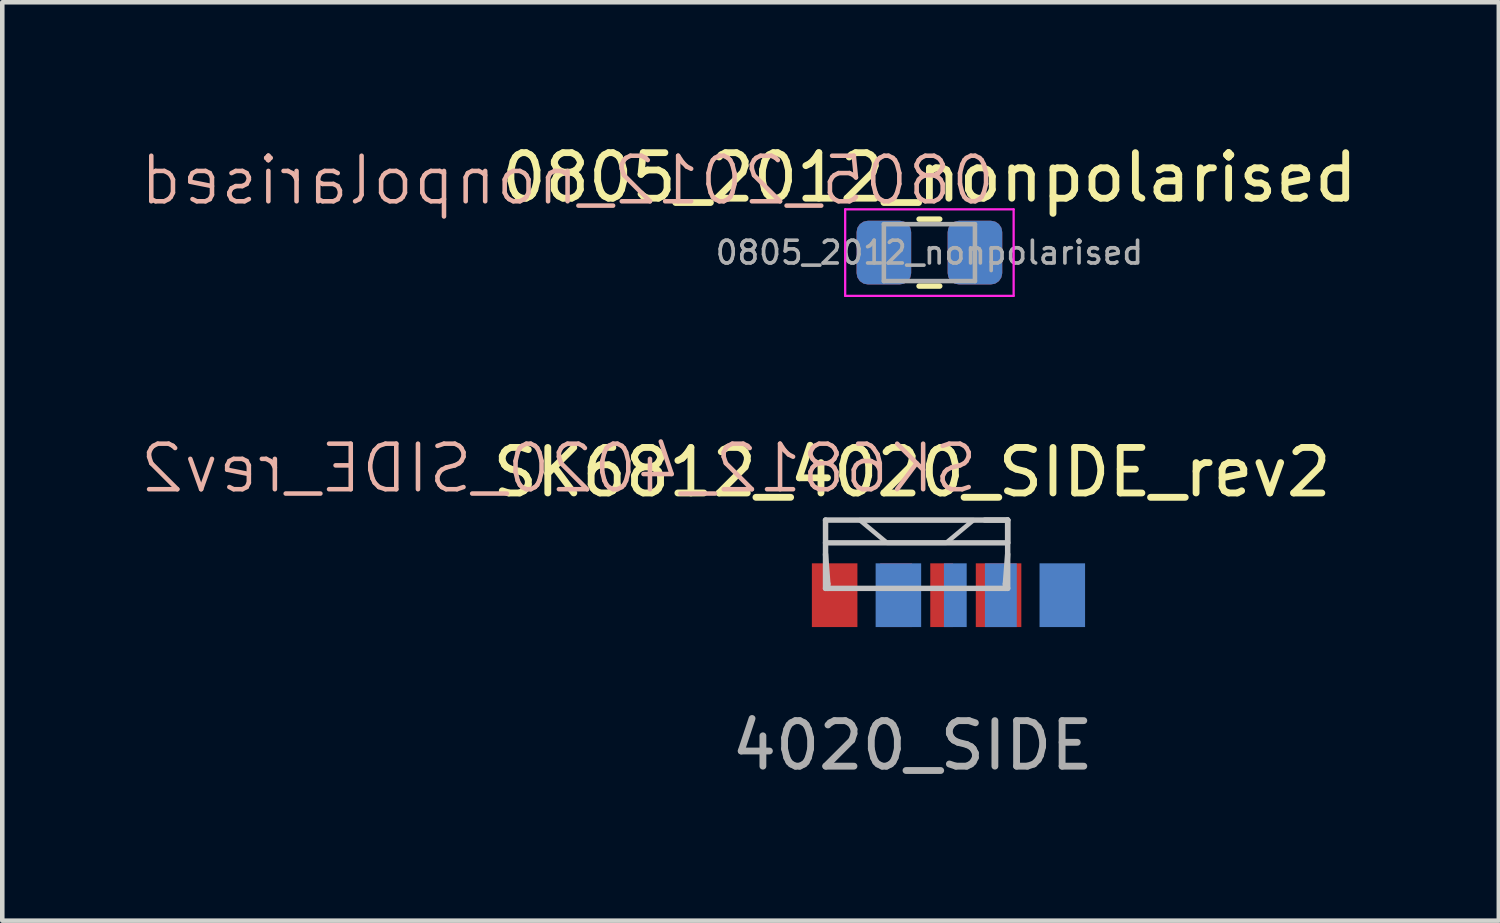
<source format=kicad_pcb>
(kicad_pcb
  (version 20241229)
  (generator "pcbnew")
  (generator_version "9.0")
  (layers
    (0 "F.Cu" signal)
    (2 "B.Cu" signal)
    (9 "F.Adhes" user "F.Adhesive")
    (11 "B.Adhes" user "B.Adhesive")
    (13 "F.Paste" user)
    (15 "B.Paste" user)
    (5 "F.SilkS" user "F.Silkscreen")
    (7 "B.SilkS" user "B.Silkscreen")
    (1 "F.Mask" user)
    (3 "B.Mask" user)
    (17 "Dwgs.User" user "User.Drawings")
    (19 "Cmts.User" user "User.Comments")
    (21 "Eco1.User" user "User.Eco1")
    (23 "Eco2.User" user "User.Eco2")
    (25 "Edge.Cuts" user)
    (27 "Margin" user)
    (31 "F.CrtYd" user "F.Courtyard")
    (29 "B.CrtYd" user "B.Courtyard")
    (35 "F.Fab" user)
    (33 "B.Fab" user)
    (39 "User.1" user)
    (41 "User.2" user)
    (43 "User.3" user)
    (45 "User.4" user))
  (footprint "0805_2012_nonpolarised"
    (layer "F.Cu")
    (at 17.362 2.498)
    (property "Reference" "0805_2012_nonpolarised" (at 0 -1.65 0) (layer "F.SilkS") (effects (font (size 1 1) (thickness 0.15))))
    (attr smd)
    (fp_line (start -0.227 -0.735) (end 0.227 -0.735) (stroke (width 0.12) (type solid)) (layer "F.SilkS"))
    (fp_line (start -0.227 0.735) (end 0.227 0.735) (stroke (width 0.12) (type solid)) (layer "F.SilkS"))
    (fp_line (start -1.85 -0.95) (end 1.85 -0.95) (stroke (width 0.05) (type solid)) (layer "F.CrtYd"))
    (fp_line (start -1.85 0.95) (end -1.85 -0.95) (stroke (width 0.05) (type solid)) (layer "F.CrtYd"))
    (fp_line (start 1.85 -0.95) (end 1.85 0.95) (stroke (width 0.05) (type solid)) (layer "F.CrtYd"))
    (fp_line (start 1.85 0.95) (end -1.85 0.95) (stroke (width 0.05) (type solid)) (layer "F.CrtYd"))
    (fp_line (start -1 -0.625) (end 1 -0.625) (stroke (width 0.1) (type solid)) (layer "F.Fab"))
    (fp_line (start -1 0.625) (end -1 -0.625) (stroke (width 0.1) (type solid)) (layer "F.Fab"))
    (fp_line (start 1 -0.625) (end 1 0.625) (stroke (width 0.1) (type solid)) (layer "F.Fab"))
    (fp_line (start 1 0.625) (end -1 0.625) (stroke (width 0.1) (type solid)) (layer "F.Fab"))
    (fp_text user "${REFERENCE}" (at 1.5 -1 0) (unlocked yes) (layer "B.SilkS") (effects (font (size 1 1) (thickness 0.1)) (justify left bottom mirror)))
    (fp_text user "${REFERENCE}" (at 0 0 0) (layer "F.Fab") (effects (font (size 0.5 0.5) (thickness 0.08))))
    (pad "1" smd roundrect (at -1 0) (size 1.2 1.4) (layers "F.Cu" "F.Mask" "F.Paste") (roundrect_rratio 0.208))
    (pad "1" smd roundrect (at -1 0) (size 1.2 1.4) (layers "B.Cu" "B.Mask" "B.Paste") (roundrect_rratio 0.208))
    (pad "2" smd roundrect (at 1 0) (size 1.2 1.4) (layers "F.Cu" "F.Mask" "F.Paste") (roundrect_rratio 0.208))
    (pad "2" smd roundrect (at 1 0) (size 1.2 1.4) (layers "B.Cu" "B.Mask" "B.Paste") (roundrect_rratio 0.208)))
  (footprint "SK6812_4020_SIDE_rev2"
    (layer "F.Cu")
    (at 16.981 9.822)
    (property "Reference" "SK6812_4020_SIDE_rev2" (at 0 -2.5 0) (layer "F.SilkS") (effects (font (size 1 1) (thickness 0.15))))
    (attr through_hole)
    (fp_line (start -1.9 -1.45) (end 2.1 -1.45) (stroke (width 0.12) (type solid)) (layer "Dwgs.User"))
    (fp_line (start -1.9 -0.7) (end -1.85 -0.05) (stroke (width 0.12) (type solid)) (layer "Dwgs.User"))
    (fp_line (start -1.9 0.05) (end -1.9 -1.45) (stroke (width 0.12) (type solid)) (layer "Dwgs.User"))
    (fp_line (start -1.85 -0.05) (end -1.85 0.05) (stroke (width 0.12) (type solid)) (layer "Dwgs.User"))
    (fp_line (start 2.05 -0.05) (end 2.05 0.05) (stroke (width 0.12) (type solid)) (layer "Dwgs.User"))
    (fp_line (start 2.1 -1.45) (end 1.6 -1.45) (stroke (width 0.12) (type solid)) (layer "Dwgs.User"))
    (fp_line (start 2.1 -1.45) (end 2.1 -0.95) (stroke (width 0.12) (type solid)) (layer "Dwgs.User"))
    (fp_line (start 2.1 -1.45) (end 2.1 0.05) (stroke (width 0.12) (type solid)) (layer "Dwgs.User"))
    (fp_line (start 2.1 -0.95) (end -1.9 -0.95) (stroke (width 0.12) (type solid)) (layer "Dwgs.User"))
    (fp_line (start 2.1 -0.7) (end 2.05 -0.05) (stroke (width 0.12) (type solid)) (layer "Dwgs.User"))
    (fp_line (start 2.1 0.05) (end -1.9 0.05) (stroke (width 0.12) (type solid)) (layer "Dwgs.User"))
    (fp_poly (pts (xy 0.75 -0.95) (xy -0.55 -0.95) (xy -1.15 -1.45) (xy 1.35 -1.45)) (stroke (width 0.1) (type solid)) (fill no) (layer "Dwgs.User"))
    (fp_text user "${REFERENCE}" (at 1.5 -2 0) (unlocked yes) (layer "B.SilkS") (effects (font (size 1 1) (thickness 0.1)) (justify left bottom mirror)))
    (fp_text user "4020_SIDE" (at 0.01 3.5 0) (layer "F.Fab") (effects (font (size 1 1) (thickness 0.15))))
    (pad "1" smd rect (at -0.3 0.2) (size 1 1.4) (layers "B.Cu" "B.Mask" "B.Paste"))
    (pad "1" smd rect (at 1.9 0.2) (size 1 1.4) (layers "F.Cu" "F.Mask" "F.Paste"))
    (pad "2" smd rect (at -1.7 0.2) (size 1 1.4) (layers "F.Cu" "F.Mask" "F.Paste"))
    (pad "2" smd rect (at 3.3 0.2) (size 1 1.4) (layers "B.Cu" "B.Mask" "B.Paste"))
    (pad "3" smd rect (at -0.35 0.2) (size 0.7 1.4) (layers "F.Cu" "F.Mask" "F.Paste"))
    (pad "3" smd rect (at 1.95 0.2) (size 0.7 1.4) (layers "B.Cu" "B.Mask" "B.Paste"))
    (pad "4" smd rect (at 0.65 0.2) (size 0.5 1.4) (layers "F.Cu" "F.Mask" "F.Paste"))
    (pad "4" smd rect (at 0.95 0.2) (size 0.5 1.4) (layers "B.Cu" "B.Mask" "B.Paste")))
  (gr_rect
    (start -3 -3)
    (end 29.868 17.17)
    (stroke (width 0.1) (type default))
    (fill no)
    (layer "Edge.Cuts")))
</source>
